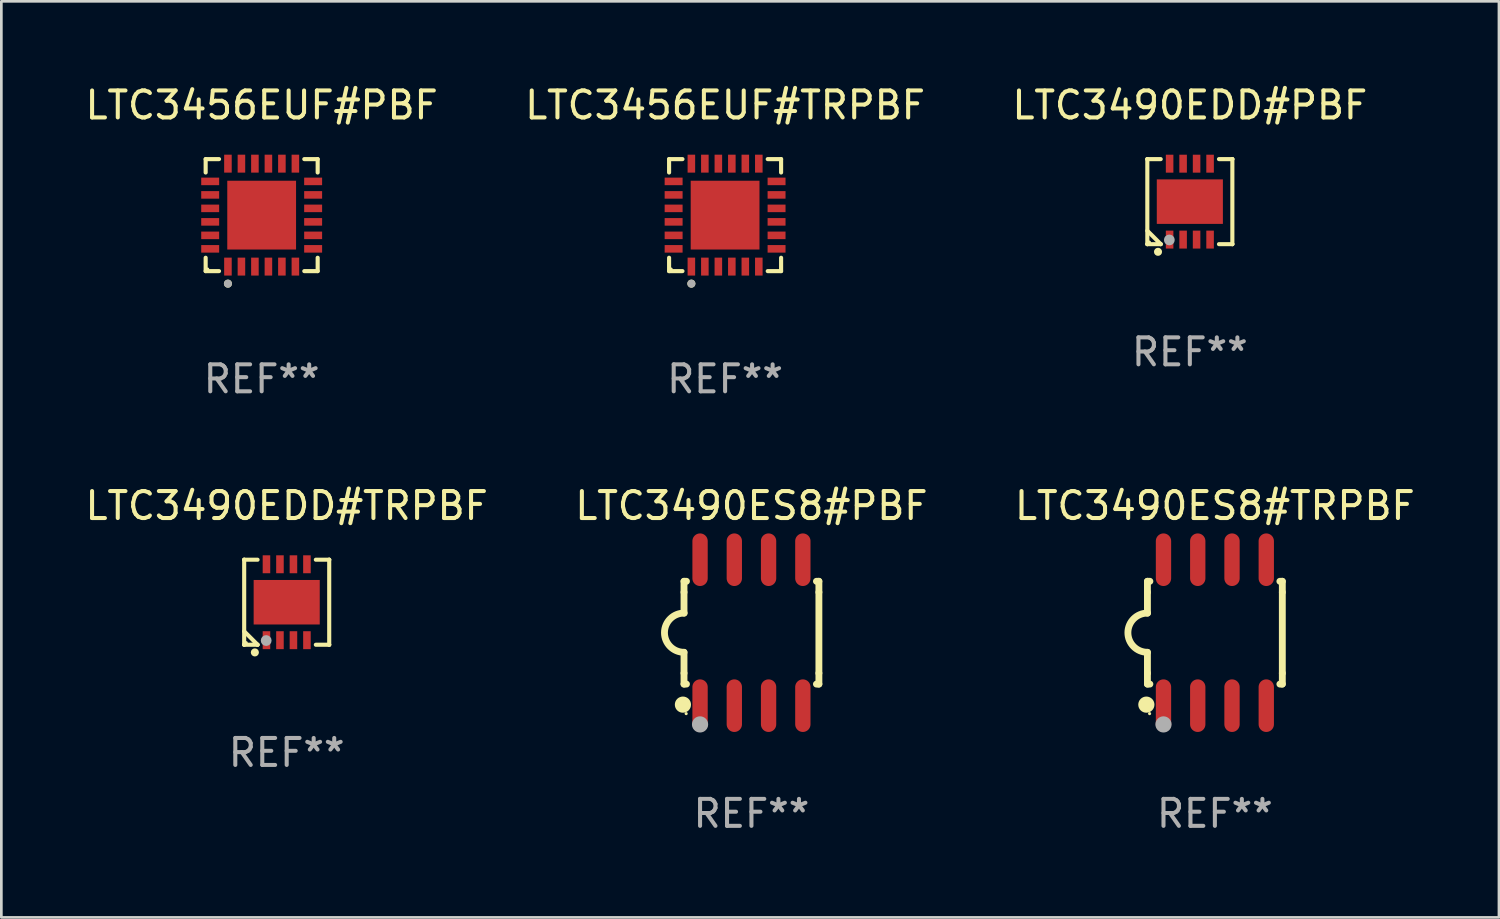
<source format=kicad_pcb>
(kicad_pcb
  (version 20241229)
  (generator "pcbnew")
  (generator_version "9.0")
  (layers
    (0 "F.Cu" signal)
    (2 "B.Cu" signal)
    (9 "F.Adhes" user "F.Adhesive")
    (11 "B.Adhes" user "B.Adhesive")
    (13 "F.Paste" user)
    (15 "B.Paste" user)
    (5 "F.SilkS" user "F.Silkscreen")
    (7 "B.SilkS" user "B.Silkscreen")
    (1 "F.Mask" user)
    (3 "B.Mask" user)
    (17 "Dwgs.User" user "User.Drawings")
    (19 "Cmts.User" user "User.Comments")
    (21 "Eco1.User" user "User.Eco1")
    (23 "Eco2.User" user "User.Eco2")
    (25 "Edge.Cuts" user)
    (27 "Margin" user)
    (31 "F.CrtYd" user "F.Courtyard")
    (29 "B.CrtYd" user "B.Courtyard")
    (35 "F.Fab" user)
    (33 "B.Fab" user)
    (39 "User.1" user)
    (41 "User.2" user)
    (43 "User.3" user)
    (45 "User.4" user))
  (footprint "LTC3490ES8#PBF"
    (layer "F.Cu")
    (at 24.804 20.402)
    (property "Reference" "LTC3490ES8#PBF" (at 0 -4.705 0) (layer "F.SilkS") (effects (font (size 1 1) (thickness 0.15))))
    (attr through_hole)
    (fp_line (start -2.5 -1.905) (end -2.409 -1.905) (stroke (width 0.254) (type solid)) (layer "F.SilkS"))
    (fp_line (start -2.5 -1.5) (end -2.5 -1.905) (stroke (width 0.254) (type solid)) (layer "F.SilkS"))
    (fp_line (start -2.5 -1.5) (end -2.5 -0.726) (stroke (width 0.254) (type solid)) (layer "F.SilkS"))
    (fp_line (start -2.5 1.5) (end -2.5 0.727) (stroke (width 0.254) (type solid)) (layer "F.SilkS"))
    (fp_line (start -2.5 1.5) (end -2.5 1.905) (stroke (width 0.254) (type solid)) (layer "F.SilkS"))
    (fp_line (start -2.5 1.905) (end -2.409 1.905) (stroke (width 0.254) (type solid)) (layer "F.SilkS"))
    (fp_line (start 2.5 -1.905) (end 2.409 -1.905) (stroke (width 0.254) (type solid)) (layer "F.SilkS"))
    (fp_line (start 2.5 -1.5) (end 2.5 -1.905) (stroke (width 0.254) (type solid)) (layer "F.SilkS"))
    (fp_line (start 2.5 -1.5) (end 2.5 1.5) (stroke (width 0.254) (type solid)) (layer "F.SilkS"))
    (fp_line (start 2.5 1.5) (end 2.5 1.905) (stroke (width 0.254) (type solid)) (layer "F.SilkS"))
    (fp_line (start 2.5 1.905) (end 2.409 1.905) (stroke (width 0.254) (type solid)) (layer "F.SilkS"))
    (fp_arc (start -2.5 0.726568) (mid -3.220316 -0.0023) (end -2.495097 -0.726289) (stroke (width 0.254001) (type solid)) (layer "F.SilkS"))
    (fp_circle (center -2.54 2.667) (end -2.39 2.667) (stroke (width 0.3) (type solid)) (fill no) (layer "F.SilkS"))
    (fp_circle (center -2.42 3) (end -2.39 3) (stroke (width 0.06) (type solid)) (fill no) (layer "F.SilkS"))
    (fp_circle (center -1.905 3.4) (end -1.755 3.4) (stroke (width 0.3) (type solid)) (fill no) (layer "F.Fab"))
    (fp_text user "REF**" (at 0 6.705 0) (layer "F.Fab") (effects (font (size 1 1) (thickness 0.15))))
    (pad "1" smd oval (at -1.905 2.705) (size 0.568 1.95) (layers "F.Cu" "F.Mask" "F.Paste"))
    (pad "2" smd oval (at -0.635 2.705) (size 0.568 1.95) (layers "F.Cu" "F.Mask" "F.Paste"))
    (pad "3" smd oval (at 0.635 2.705) (size 0.568 1.95) (layers "F.Cu" "F.Mask" "F.Paste"))
    (pad "4" smd oval (at 1.905 2.705) (size 0.568 1.95) (layers "F.Cu" "F.Mask" "F.Paste"))
    (pad "5" smd oval (at 1.905 -2.705) (size 0.568 1.95) (layers "F.Cu" "F.Mask" "F.Paste"))
    (pad "6" smd oval (at 0.635 -2.705) (size 0.568 1.95) (layers "F.Cu" "F.Mask" "F.Paste"))
    (pad "7" smd oval (at -0.635 -2.705) (size 0.568 1.95) (layers "F.Cu" "F.Mask" "F.Paste"))
    (pad "8" smd oval (at -1.905 -2.705) (size 0.568 1.95) (layers "F.Cu" "F.Mask" "F.Paste")))
  (footprint "LTC3490EDD#PBF"
    (layer "F.Cu")
    (at 41.054 4.424)
    (property "Reference" "LTC3490EDD#PBF" (at 0 -3.576 0) (layer "F.SilkS") (effects (font (size 1 1) (thickness 0.15))))
    (attr through_hole)
    (fp_line (start -1.576 -1.576) (end -1.576 -1.576) (stroke (width 0.152) (type solid)) (layer "F.SilkS"))
    (fp_line (start -1.576 -1.576) (end -1.08 -1.576) (stroke (width 0.152) (type solid)) (layer "F.SilkS"))
    (fp_line (start -1.576 1.576) (end -1.576 -1.576) (stroke (width 0.152) (type solid)) (layer "F.SilkS"))
    (fp_line (start -1.576 1.576) (end -1.576 1.576) (stroke (width 0.152) (type solid)) (layer "F.SilkS"))
    (fp_line (start -1.08 1.575) (end -1.576 1.079) (stroke (width 0.152) (type solid)) (layer "F.SilkS"))
    (fp_line (start -1.08 1.576) (end -1.576 1.576) (stroke (width 0.152) (type solid)) (layer "F.SilkS"))
    (fp_line (start -1.08 1.576) (end -1.08 1.575) (stroke (width 0.152) (type solid)) (layer "F.SilkS"))
    (fp_line (start 1.08 1.576) (end 1.576 1.576) (stroke (width 0.152) (type solid)) (layer "F.SilkS"))
    (fp_line (start 1.576 -1.576) (end 1.08 -1.576) (stroke (width 0.152) (type solid)) (layer "F.SilkS"))
    (fp_line (start 1.576 -1.576) (end 1.576 -1.576) (stroke (width 0.152) (type solid)) (layer "F.SilkS"))
    (fp_line (start 1.576 1.576) (end 1.576 -1.576) (stroke (width 0.152) (type solid)) (layer "F.SilkS"))
    (fp_line (start 1.576 1.576) (end 1.576 1.576) (stroke (width 0.152) (type solid)) (layer "F.SilkS"))
    (fp_circle (center -1.5 1.5) (end -1.47 1.5) (stroke (width 0.06) (type solid)) (fill no) (layer "F.SilkS"))
    (fp_circle (center -1.18 1.86) (end -1.105 1.86) (stroke (width 0.15) (type solid)) (fill no) (layer "F.SilkS"))
    (fp_circle (center -0.76 1.42) (end -0.66 1.42) (stroke (width 0.2) (type solid)) (fill no) (layer "F.Fab"))
    (fp_text user "REF**" (at 0 5.576 0) (layer "F.Fab") (effects (font (size 1 1) (thickness 0.15))))
    (pad "1" smd rect (at -0.75 1.407) (size 0.28 0.665) (layers "F.Cu" "F.Mask" "F.Paste"))
    (pad "2" smd rect (at -0.25 1.407) (size 0.28 0.665) (layers "F.Cu" "F.Mask" "F.Paste"))
    (pad "3" smd rect (at 0.25 1.407) (size 0.28 0.665) (layers "F.Cu" "F.Mask" "F.Paste"))
    (pad "4" smd rect (at 0.75 1.407) (size 0.28 0.665) (layers "F.Cu" "F.Mask" "F.Paste"))
    (pad "5" smd rect (at 0.75 -1.407) (size 0.28 0.665) (layers "F.Cu" "F.Mask" "F.Paste"))
    (pad "6" smd rect (at 0.25 -1.407) (size 0.28 0.665) (layers "F.Cu" "F.Mask" "F.Paste"))
    (pad "7" smd rect (at -0.25 -1.407) (size 0.28 0.665) (layers "F.Cu" "F.Mask" "F.Paste"))
    (pad "8" smd rect (at -0.75 -1.407) (size 0.28 0.665) (layers "F.Cu" "F.Mask" "F.Paste"))
    (pad "9" smd rect (at 0 0) (size 2.45 1.65) (layers "F.Cu" "F.Mask" "F.Paste")))
  (footprint "LTC3456EUF#PBF"
    (layer "F.Cu")
    (at 6.649 4.924)
    (property "Reference" "LTC3456EUF#PBF" (at 0 -4.076 0) (layer "F.SilkS") (effects (font (size 1 1) (thickness 0.15))))
    (attr through_hole)
    (fp_line (start -2.076 -2.076) (end -1.58 -2.076) (stroke (width 0.152) (type solid)) (layer "F.SilkS"))
    (fp_line (start -2.076 -1.58) (end -2.076 -2.076) (stroke (width 0.152) (type solid)) (layer "F.SilkS"))
    (fp_line (start -2.076 1.58) (end -2.076 2.076) (stroke (width 0.152) (type solid)) (layer "F.SilkS"))
    (fp_line (start -2.076 2.076) (end -1.58 2.076) (stroke (width 0.152) (type solid)) (layer "F.SilkS"))
    (fp_line (start 2.076 -2.076) (end 1.58 -2.076) (stroke (width 0.152) (type solid)) (layer "F.SilkS"))
    (fp_line (start 2.076 -1.58) (end 2.076 -2.076) (stroke (width 0.152) (type solid)) (layer "F.SilkS"))
    (fp_line (start 2.076 1.58) (end 2.076 2.076) (stroke (width 0.152) (type solid)) (layer "F.SilkS"))
    (fp_line (start 2.076 2.076) (end 1.58 2.076) (stroke (width 0.152) (type solid)) (layer "F.SilkS"))
    (fp_circle (center -2 2) (end -1.97 2) (stroke (width 0.06) (type solid)) (fill no) (layer "F.SilkS"))
    (fp_circle (center -1.25 2.54) (end -1.175 2.54) (stroke (width 0.15) (type solid)) (fill no) (layer "F.SilkS"))
    (fp_circle (center -1.25 2.54) (end -1.175 2.54) (stroke (width 0.15) (type solid)) (fill no) (layer "F.Fab"))
    (fp_text user "REF**" (at 0 6.076 0) (layer "F.Fab") (effects (font (size 1 1) (thickness 0.15))))
    (pad "1" smd rect (at -1.25 1.908) (size 0.28 0.665) (layers "F.Cu" "F.Mask" "F.Paste"))
    (pad "2" smd rect (at -0.75 1.908) (size 0.28 0.665) (layers "F.Cu" "F.Mask" "F.Paste"))
    (pad "3" smd rect (at -0.25 1.908) (size 0.28 0.665) (layers "F.Cu" "F.Mask" "F.Paste"))
    (pad "4" smd rect (at 0.25 1.908) (size 0.28 0.665) (layers "F.Cu" "F.Mask" "F.Paste"))
    (pad "5" smd rect (at 0.75 1.908) (size 0.28 0.665) (layers "F.Cu" "F.Mask" "F.Paste"))
    (pad "6" smd rect (at 1.25 1.908) (size 0.28 0.665) (layers "F.Cu" "F.Mask" "F.Paste"))
    (pad "7" smd rect (at 1.908 1.25) (size 0.665 0.28) (layers "F.Cu" "F.Mask" "F.Paste"))
    (pad "8" smd rect (at 1.908 0.75) (size 0.665 0.28) (layers "F.Cu" "F.Mask" "F.Paste"))
    (pad "9" smd rect (at 1.908 0.25) (size 0.665 0.28) (layers "F.Cu" "F.Mask" "F.Paste"))
    (pad "10" smd rect (at 1.908 -0.25) (size 0.665 0.28) (layers "F.Cu" "F.Mask" "F.Paste"))
    (pad "11" smd rect (at 1.908 -0.75) (size 0.665 0.28) (layers "F.Cu" "F.Mask" "F.Paste"))
    (pad "12" smd rect (at 1.908 -1.25) (size 0.665 0.28) (layers "F.Cu" "F.Mask" "F.Paste"))
    (pad "13" smd rect (at 1.25 -1.908) (size 0.28 0.665) (layers "F.Cu" "F.Mask" "F.Paste"))
    (pad "14" smd rect (at 0.75 -1.908) (size 0.28 0.665) (layers "F.Cu" "F.Mask" "F.Paste"))
    (pad "15" smd rect (at 0.25 -1.908) (size 0.28 0.665) (layers "F.Cu" "F.Mask" "F.Paste"))
    (pad "16" smd rect (at -0.25 -1.908) (size 0.28 0.665) (layers "F.Cu" "F.Mask" "F.Paste"))
    (pad "17" smd rect (at -0.75 -1.908) (size 0.28 0.665) (layers "F.Cu" "F.Mask" "F.Paste"))
    (pad "18" smd rect (at -1.25 -1.908) (size 0.28 0.665) (layers "F.Cu" "F.Mask" "F.Paste"))
    (pad "19" smd rect (at -1.908 -1.25) (size 0.665 0.28) (layers "F.Cu" "F.Mask" "F.Paste"))
    (pad "20" smd rect (at -1.908 -0.75) (size 0.665 0.28) (layers "F.Cu" "F.Mask" "F.Paste"))
    (pad "21" smd rect (at -1.908 -0.25) (size 0.665 0.28) (layers "F.Cu" "F.Mask" "F.Paste"))
    (pad "22" smd rect (at -1.908 0.25) (size 0.665 0.28) (layers "F.Cu" "F.Mask" "F.Paste"))
    (pad "23" smd rect (at -1.908 0.75) (size 0.665 0.28) (layers "F.Cu" "F.Mask" "F.Paste"))
    (pad "24" smd rect (at -1.908 1.25) (size 0.665 0.28) (layers "F.Cu" "F.Mask" "F.Paste"))
    (pad "25" smd rect (at 0 0) (size 2.55 2.55) (layers "F.Cu" "F.Mask" "F.Paste")))
  (footprint "LTC3490EDD#TRPBF"
    (layer "F.Cu")
    (at 7.577 19.273)
    (property "Reference" "LTC3490EDD#TRPBF" (at 0 -3.576 0) (layer "F.SilkS") (effects (font (size 1 1) (thickness 0.15))))
    (attr through_hole)
    (fp_line (start -1.576 -1.576) (end -1.576 -1.576) (stroke (width 0.152) (type solid)) (layer "F.SilkS"))
    (fp_line (start -1.576 -1.576) (end -1.08 -1.576) (stroke (width 0.152) (type solid)) (layer "F.SilkS"))
    (fp_line (start -1.576 1.576) (end -1.576 -1.576) (stroke (width 0.152) (type solid)) (layer "F.SilkS"))
    (fp_line (start -1.576 1.576) (end -1.576 1.576) (stroke (width 0.152) (type solid)) (layer "F.SilkS"))
    (fp_line (start -1.08 1.575) (end -1.576 1.079) (stroke (width 0.152) (type solid)) (layer "F.SilkS"))
    (fp_line (start -1.08 1.576) (end -1.576 1.576) (stroke (width 0.152) (type solid)) (layer "F.SilkS"))
    (fp_line (start -1.08 1.576) (end -1.08 1.575) (stroke (width 0.152) (type solid)) (layer "F.SilkS"))
    (fp_line (start 1.08 1.576) (end 1.576 1.576) (stroke (width 0.152) (type solid)) (layer "F.SilkS"))
    (fp_line (start 1.576 -1.576) (end 1.08 -1.576) (stroke (width 0.152) (type solid)) (layer "F.SilkS"))
    (fp_line (start 1.576 -1.576) (end 1.576 -1.576) (stroke (width 0.152) (type solid)) (layer "F.SilkS"))
    (fp_line (start 1.576 1.576) (end 1.576 -1.576) (stroke (width 0.152) (type solid)) (layer "F.SilkS"))
    (fp_line (start 1.576 1.576) (end 1.576 1.576) (stroke (width 0.152) (type solid)) (layer "F.SilkS"))
    (fp_circle (center -1.5 1.5) (end -1.47 1.5) (stroke (width 0.06) (type solid)) (fill no) (layer "F.SilkS"))
    (fp_circle (center -1.18 1.86) (end -1.105 1.86) (stroke (width 0.15) (type solid)) (fill no) (layer "F.SilkS"))
    (fp_circle (center -0.76 1.42) (end -0.66 1.42) (stroke (width 0.2) (type solid)) (fill no) (layer "F.Fab"))
    (fp_text user "REF**" (at 0 5.576 0) (layer "F.Fab") (effects (font (size 1 1) (thickness 0.15))))
    (pad "1" smd rect (at -0.75 1.407) (size 0.28 0.665) (layers "F.Cu" "F.Mask" "F.Paste"))
    (pad "2" smd rect (at -0.25 1.407) (size 0.28 0.665) (layers "F.Cu" "F.Mask" "F.Paste"))
    (pad "3" smd rect (at 0.25 1.407) (size 0.28 0.665) (layers "F.Cu" "F.Mask" "F.Paste"))
    (pad "4" smd rect (at 0.75 1.407) (size 0.28 0.665) (layers "F.Cu" "F.Mask" "F.Paste"))
    (pad "5" smd rect (at 0.75 -1.407) (size 0.28 0.665) (layers "F.Cu" "F.Mask" "F.Paste"))
    (pad "6" smd rect (at 0.25 -1.407) (size 0.28 0.665) (layers "F.Cu" "F.Mask" "F.Paste"))
    (pad "7" smd rect (at -0.25 -1.407) (size 0.28 0.665) (layers "F.Cu" "F.Mask" "F.Paste"))
    (pad "8" smd rect (at -0.75 -1.407) (size 0.28 0.665) (layers "F.Cu" "F.Mask" "F.Paste"))
    (pad "9" smd rect (at 0 0) (size 2.45 1.65) (layers "F.Cu" "F.Mask" "F.Paste")))
  (footprint "LTC3490ES8#TRPBF"
    (layer "F.Cu")
    (at 41.982 20.402)
    (property "Reference" "LTC3490ES8#TRPBF" (at 0 -4.705 0) (layer "F.SilkS") (effects (font (size 1 1) (thickness 0.15))))
    (attr through_hole)
    (fp_line (start -2.5 -1.905) (end -2.409 -1.905) (stroke (width 0.254) (type solid)) (layer "F.SilkS"))
    (fp_line (start -2.5 -1.5) (end -2.5 -1.905) (stroke (width 0.254) (type solid)) (layer "F.SilkS"))
    (fp_line (start -2.5 -1.5) (end -2.5 -0.726) (stroke (width 0.254) (type solid)) (layer "F.SilkS"))
    (fp_line (start -2.5 1.5) (end -2.5 0.727) (stroke (width 0.254) (type solid)) (layer "F.SilkS"))
    (fp_line (start -2.5 1.5) (end -2.5 1.905) (stroke (width 0.254) (type solid)) (layer "F.SilkS"))
    (fp_line (start -2.5 1.905) (end -2.409 1.905) (stroke (width 0.254) (type solid)) (layer "F.SilkS"))
    (fp_line (start 2.5 -1.905) (end 2.409 -1.905) (stroke (width 0.254) (type solid)) (layer "F.SilkS"))
    (fp_line (start 2.5 -1.5) (end 2.5 -1.905) (stroke (width 0.254) (type solid)) (layer "F.SilkS"))
    (fp_line (start 2.5 -1.5) (end 2.5 1.5) (stroke (width 0.254) (type solid)) (layer "F.SilkS"))
    (fp_line (start 2.5 1.5) (end 2.5 1.905) (stroke (width 0.254) (type solid)) (layer "F.SilkS"))
    (fp_line (start 2.5 1.905) (end 2.409 1.905) (stroke (width 0.254) (type solid)) (layer "F.SilkS"))
    (fp_arc (start -2.5 0.726568) (mid -3.220316 -0.0023) (end -2.495097 -0.726289) (stroke (width 0.254001) (type solid)) (layer "F.SilkS"))
    (fp_circle (center -2.54 2.667) (end -2.39 2.667) (stroke (width 0.3) (type solid)) (fill no) (layer "F.SilkS"))
    (fp_circle (center -2.42 3) (end -2.39 3) (stroke (width 0.06) (type solid)) (fill no) (layer "F.SilkS"))
    (fp_circle (center -1.905 3.4) (end -1.755 3.4) (stroke (width 0.3) (type solid)) (fill no) (layer "F.Fab"))
    (fp_text user "REF**" (at 0 6.705 0) (layer "F.Fab") (effects (font (size 1 1) (thickness 0.15))))
    (pad "1" smd oval (at -1.905 2.705) (size 0.568 1.95) (layers "F.Cu" "F.Mask" "F.Paste"))
    (pad "2" smd oval (at -0.635 2.705) (size 0.568 1.95) (layers "F.Cu" "F.Mask" "F.Paste"))
    (pad "3" smd oval (at 0.635 2.705) (size 0.568 1.95) (layers "F.Cu" "F.Mask" "F.Paste"))
    (pad "4" smd oval (at 1.905 2.705) (size 0.568 1.95) (layers "F.Cu" "F.Mask" "F.Paste"))
    (pad "5" smd oval (at 1.905 -2.705) (size 0.568 1.95) (layers "F.Cu" "F.Mask" "F.Paste"))
    (pad "6" smd oval (at 0.635 -2.705) (size 0.568 1.95) (layers "F.Cu" "F.Mask" "F.Paste"))
    (pad "7" smd oval (at -0.635 -2.705) (size 0.568 1.95) (layers "F.Cu" "F.Mask" "F.Paste"))
    (pad "8" smd oval (at -1.905 -2.705) (size 0.568 1.95) (layers "F.Cu" "F.Mask" "F.Paste")))
  (footprint "LTC3456EUF#TRPBF"
    (layer "F.Cu")
    (at 23.827 4.924)
    (property "Reference" "LTC3456EUF#TRPBF" (at 0 -4.076 0) (layer "F.SilkS") (effects (font (size 1 1) (thickness 0.15))))
    (attr through_hole)
    (fp_line (start -2.076 -2.076) (end -1.58 -2.076) (stroke (width 0.152) (type solid)) (layer "F.SilkS"))
    (fp_line (start -2.076 -1.58) (end -2.076 -2.076) (stroke (width 0.152) (type solid)) (layer "F.SilkS"))
    (fp_line (start -2.076 1.58) (end -2.076 2.076) (stroke (width 0.152) (type solid)) (layer "F.SilkS"))
    (fp_line (start -2.076 2.076) (end -1.58 2.076) (stroke (width 0.152) (type solid)) (layer "F.SilkS"))
    (fp_line (start 2.076 -2.076) (end 1.58 -2.076) (stroke (width 0.152) (type solid)) (layer "F.SilkS"))
    (fp_line (start 2.076 -1.58) (end 2.076 -2.076) (stroke (width 0.152) (type solid)) (layer "F.SilkS"))
    (fp_line (start 2.076 1.58) (end 2.076 2.076) (stroke (width 0.152) (type solid)) (layer "F.SilkS"))
    (fp_line (start 2.076 2.076) (end 1.58 2.076) (stroke (width 0.152) (type solid)) (layer "F.SilkS"))
    (fp_circle (center -2 2) (end -1.97 2) (stroke (width 0.06) (type solid)) (fill no) (layer "F.SilkS"))
    (fp_circle (center -1.25 2.54) (end -1.175 2.54) (stroke (width 0.15) (type solid)) (fill no) (layer "F.SilkS"))
    (fp_circle (center -1.25 2.54) (end -1.175 2.54) (stroke (width 0.15) (type solid)) (fill no) (layer "F.Fab"))
    (fp_text user "REF**" (at 0 6.076 0) (layer "F.Fab") (effects (font (size 1 1) (thickness 0.15))))
    (pad "1" smd rect (at -1.25 1.908) (size 0.28 0.665) (layers "F.Cu" "F.Mask" "F.Paste"))
    (pad "2" smd rect (at -0.75 1.908) (size 0.28 0.665) (layers "F.Cu" "F.Mask" "F.Paste"))
    (pad "3" smd rect (at -0.25 1.908) (size 0.28 0.665) (layers "F.Cu" "F.Mask" "F.Paste"))
    (pad "4" smd rect (at 0.25 1.908) (size 0.28 0.665) (layers "F.Cu" "F.Mask" "F.Paste"))
    (pad "5" smd rect (at 0.75 1.908) (size 0.28 0.665) (layers "F.Cu" "F.Mask" "F.Paste"))
    (pad "6" smd rect (at 1.25 1.908) (size 0.28 0.665) (layers "F.Cu" "F.Mask" "F.Paste"))
    (pad "7" smd rect (at 1.908 1.25) (size 0.665 0.28) (layers "F.Cu" "F.Mask" "F.Paste"))
    (pad "8" smd rect (at 1.908 0.75) (size 0.665 0.28) (layers "F.Cu" "F.Mask" "F.Paste"))
    (pad "9" smd rect (at 1.908 0.25) (size 0.665 0.28) (layers "F.Cu" "F.Mask" "F.Paste"))
    (pad "10" smd rect (at 1.908 -0.25) (size 0.665 0.28) (layers "F.Cu" "F.Mask" "F.Paste"))
    (pad "11" smd rect (at 1.908 -0.75) (size 0.665 0.28) (layers "F.Cu" "F.Mask" "F.Paste"))
    (pad "12" smd rect (at 1.908 -1.25) (size 0.665 0.28) (layers "F.Cu" "F.Mask" "F.Paste"))
    (pad "13" smd rect (at 1.25 -1.908) (size 0.28 0.665) (layers "F.Cu" "F.Mask" "F.Paste"))
    (pad "14" smd rect (at 0.75 -1.908) (size 0.28 0.665) (layers "F.Cu" "F.Mask" "F.Paste"))
    (pad "15" smd rect (at 0.25 -1.908) (size 0.28 0.665) (layers "F.Cu" "F.Mask" "F.Paste"))
    (pad "16" smd rect (at -0.25 -1.908) (size 0.28 0.665) (layers "F.Cu" "F.Mask" "F.Paste"))
    (pad "17" smd rect (at -0.75 -1.908) (size 0.28 0.665) (layers "F.Cu" "F.Mask" "F.Paste"))
    (pad "18" smd rect (at -1.25 -1.908) (size 0.28 0.665) (layers "F.Cu" "F.Mask" "F.Paste"))
    (pad "19" smd rect (at -1.908 -1.25) (size 0.665 0.28) (layers "F.Cu" "F.Mask" "F.Paste"))
    (pad "20" smd rect (at -1.908 -0.75) (size 0.665 0.28) (layers "F.Cu" "F.Mask" "F.Paste"))
    (pad "21" smd rect (at -1.908 -0.25) (size 0.665 0.28) (layers "F.Cu" "F.Mask" "F.Paste"))
    (pad "22" smd rect (at -1.908 0.25) (size 0.665 0.28) (layers "F.Cu" "F.Mask" "F.Paste"))
    (pad "23" smd rect (at -1.908 0.75) (size 0.665 0.28) (layers "F.Cu" "F.Mask" "F.Paste"))
    (pad "24" smd rect (at -1.908 1.25) (size 0.665 0.28) (layers "F.Cu" "F.Mask" "F.Paste"))
    (pad "25" smd rect (at 0 0) (size 2.55 2.55) (layers "F.Cu" "F.Mask" "F.Paste")))
  (gr_rect
    (start -3 -3)
    (end 52.512 30.956)
    (stroke (width 0.1) (type default))
    (fill no)
    (layer "Edge.Cuts")))
</source>
